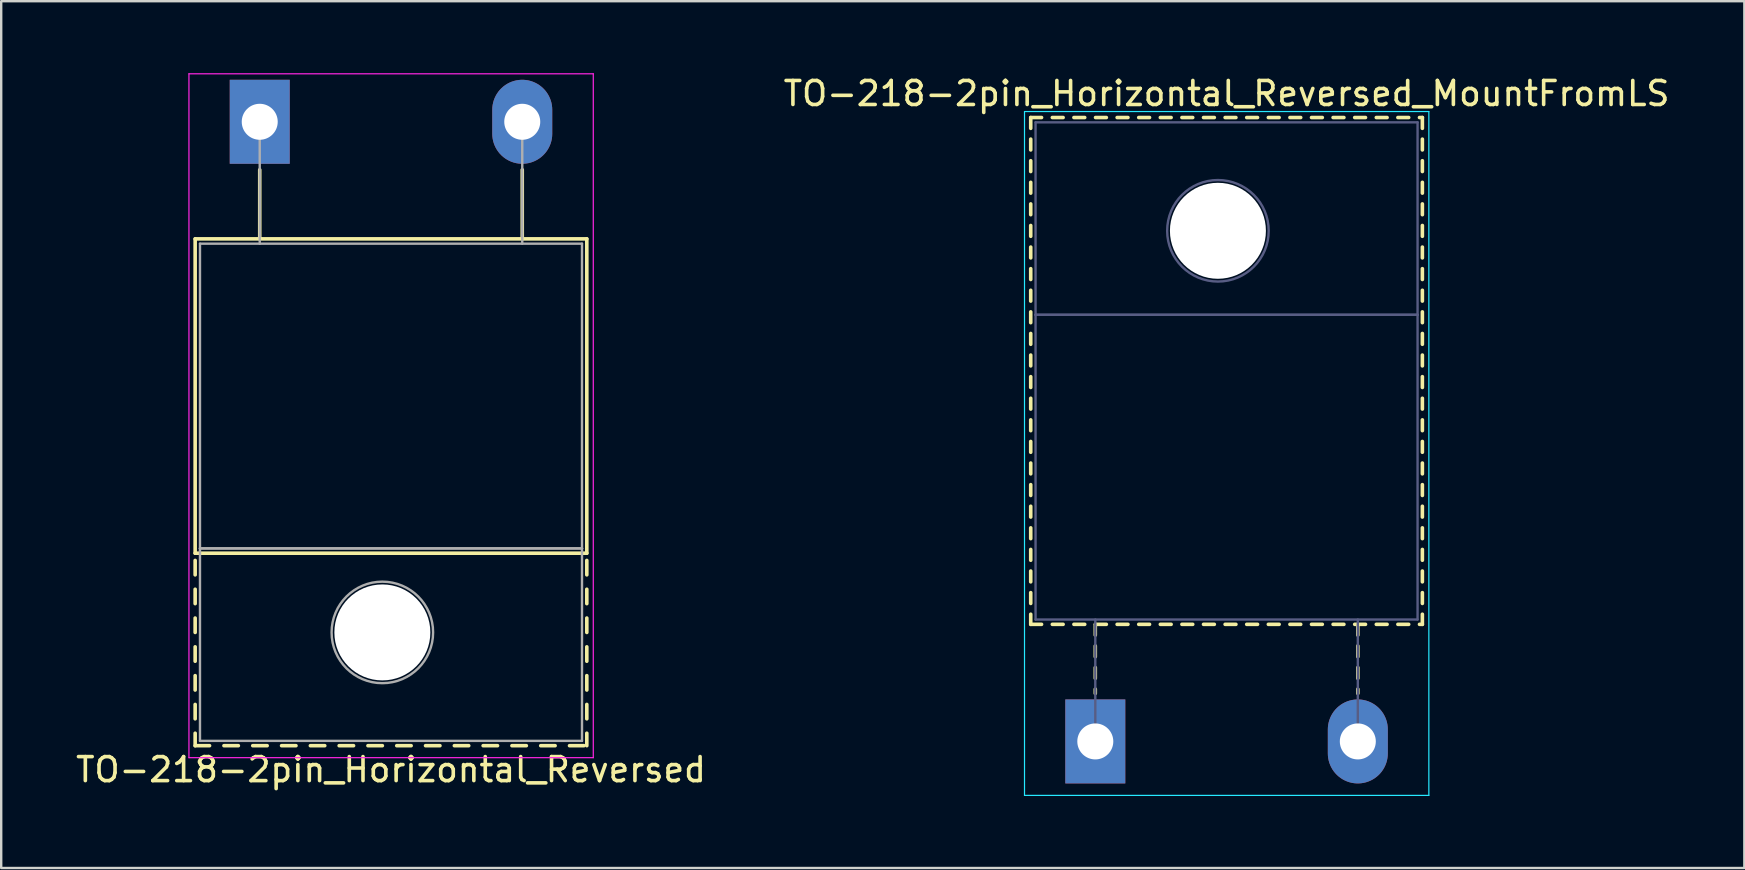
<source format=kicad_pcb>
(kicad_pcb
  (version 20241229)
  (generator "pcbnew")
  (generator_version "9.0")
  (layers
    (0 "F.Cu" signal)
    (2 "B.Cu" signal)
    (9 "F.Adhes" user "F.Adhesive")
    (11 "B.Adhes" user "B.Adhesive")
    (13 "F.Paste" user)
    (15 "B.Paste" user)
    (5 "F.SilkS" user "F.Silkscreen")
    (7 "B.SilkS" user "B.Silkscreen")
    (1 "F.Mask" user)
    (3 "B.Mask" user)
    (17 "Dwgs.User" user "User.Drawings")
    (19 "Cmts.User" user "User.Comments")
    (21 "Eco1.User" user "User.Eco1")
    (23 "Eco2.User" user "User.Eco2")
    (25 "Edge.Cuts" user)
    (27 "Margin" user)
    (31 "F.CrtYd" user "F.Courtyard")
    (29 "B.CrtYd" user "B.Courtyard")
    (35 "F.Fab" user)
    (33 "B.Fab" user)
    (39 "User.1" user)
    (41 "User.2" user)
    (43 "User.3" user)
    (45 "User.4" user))
  (footprint "TO-218-2pin_Horizontal_Reversed"
    (layer "F.Cu")
    (at 7.774 2.025)
    (property "Reference" "TO-218-2pin_Horizontal_Reversed" (at 5.47 27 0) (layer "F.SilkS") (effects (font (size 1 1) (thickness 0.15))))
    (attr through_hole)
    (fp_line (start -2.691 4.88) (end -2.691 17.98) (stroke (width 0.15) (type solid)) (layer "F.SilkS"))
    (fp_line (start -2.691 4.88) (end 13.63 4.88) (stroke (width 0.15) (type solid)) (layer "F.SilkS"))
    (fp_line (start -2.691 17.98) (end 13.63 17.98) (stroke (width 0.15) (type solid)) (layer "F.SilkS"))
    (fp_line (start -2.691 18.28) (end -2.691 18.881) (stroke (width 0.15) (type solid)) (layer "F.SilkS"))
    (fp_line (start -2.691 19.481) (end -2.691 20.081) (stroke (width 0.15) (type solid)) (layer "F.SilkS"))
    (fp_line (start -2.691 20.681) (end -2.691 21.281) (stroke (width 0.15) (type solid)) (layer "F.SilkS"))
    (fp_line (start -2.691 21.881) (end -2.691 22.481) (stroke (width 0.15) (type solid)) (layer "F.SilkS"))
    (fp_line (start -2.691 23.081) (end -2.691 23.681) (stroke (width 0.15) (type solid)) (layer "F.SilkS"))
    (fp_line (start -2.691 24.281) (end -2.691 24.881) (stroke (width 0.15) (type solid)) (layer "F.SilkS"))
    (fp_line (start -2.691 25.481) (end -2.691 26) (stroke (width 0.15) (type solid)) (layer "F.SilkS"))
    (fp_line (start -2.691 26) (end -2.091 26) (stroke (width 0.15) (type solid)) (layer "F.SilkS"))
    (fp_line (start -1.491 26) (end -0.891 26) (stroke (width 0.15) (type solid)) (layer "F.SilkS"))
    (fp_line (start -0.291 26) (end 0.31 26) (stroke (width 0.15) (type solid)) (layer "F.SilkS"))
    (fp_line (start 0 2) (end 0 4.88) (stroke (width 0.15) (type solid)) (layer "F.SilkS"))
    (fp_line (start 0.91 26) (end 1.51 26) (stroke (width 0.15) (type solid)) (layer "F.SilkS"))
    (fp_line (start 2.11 26) (end 2.71 26) (stroke (width 0.15) (type solid)) (layer "F.SilkS"))
    (fp_line (start 3.31 26) (end 3.91 26) (stroke (width 0.15) (type solid)) (layer "F.SilkS"))
    (fp_line (start 4.51 26) (end 5.11 26) (stroke (width 0.15) (type solid)) (layer "F.SilkS"))
    (fp_line (start 5.71 26) (end 6.31 26) (stroke (width 0.15) (type solid)) (layer "F.SilkS"))
    (fp_line (start 6.91 26) (end 7.51 26) (stroke (width 0.15) (type solid)) (layer "F.SilkS"))
    (fp_line (start 8.11 26) (end 8.71 26) (stroke (width 0.15) (type solid)) (layer "F.SilkS"))
    (fp_line (start 9.31 26) (end 9.91 26) (stroke (width 0.15) (type solid)) (layer "F.SilkS"))
    (fp_line (start 10.51 26) (end 11.11 26) (stroke (width 0.15) (type solid)) (layer "F.SilkS"))
    (fp_line (start 10.94 2) (end 10.94 4.88) (stroke (width 0.15) (type solid)) (layer "F.SilkS"))
    (fp_line (start 11.71 26) (end 12.31 26) (stroke (width 0.15) (type solid)) (layer "F.SilkS"))
    (fp_line (start 12.91 26) (end 13.51 26) (stroke (width 0.15) (type solid)) (layer "F.SilkS"))
    (fp_line (start 13.63 4.88) (end 13.63 17.98) (stroke (width 0.15) (type solid)) (layer "F.SilkS"))
    (fp_line (start 13.63 18.28) (end 13.63 18.881) (stroke (width 0.15) (type solid)) (layer "F.SilkS"))
    (fp_line (start 13.63 19.481) (end 13.63 20.081) (stroke (width 0.15) (type solid)) (layer "F.SilkS"))
    (fp_line (start 13.63 20.681) (end 13.63 21.281) (stroke (width 0.15) (type solid)) (layer "F.SilkS"))
    (fp_line (start 13.63 21.881) (end 13.63 22.481) (stroke (width 0.15) (type solid)) (layer "F.SilkS"))
    (fp_line (start 13.63 23.081) (end 13.63 23.681) (stroke (width 0.15) (type solid)) (layer "F.SilkS"))
    (fp_line (start 13.63 24.281) (end 13.63 24.881) (stroke (width 0.15) (type solid)) (layer "F.SilkS"))
    (fp_line (start 13.63 25.481) (end 13.63 26) (stroke (width 0.15) (type solid)) (layer "F.SilkS"))
    (fp_line (start -2.95 -2) (end -2.95 26.5) (stroke (width 0.05) (type solid)) (layer "F.CrtYd"))
    (fp_line (start -2.95 26.5) (end 13.9 26.5) (stroke (width 0.05) (type solid)) (layer "F.CrtYd"))
    (fp_line (start 13.9 -2) (end -2.95 -2) (stroke (width 0.05) (type solid)) (layer "F.CrtYd"))
    (fp_line (start 13.9 26.5) (end 13.9 -2) (stroke (width 0.05) (type solid)) (layer "F.CrtYd"))
    (fp_line (start -2.49 5.08) (end -2.49 17.78) (stroke (width 0.1) (type solid)) (layer "F.Fab"))
    (fp_line (start -2.49 17.78) (end -2.49 25.8) (stroke (width 0.1) (type solid)) (layer "F.Fab"))
    (fp_line (start -2.49 17.78) (end 13.43 17.78) (stroke (width 0.1) (type solid)) (layer "F.Fab"))
    (fp_line (start -2.49 25.8) (end 13.43 25.8) (stroke (width 0.1) (type solid)) (layer "F.Fab"))
    (fp_line (start 0 5.08) (end 0 0) (stroke (width 0.1) (type solid)) (layer "F.Fab"))
    (fp_line (start 10.94 5.08) (end 10.94 0) (stroke (width 0.1) (type solid)) (layer "F.Fab"))
    (fp_line (start 13.43 5.08) (end -2.49 5.08) (stroke (width 0.1) (type solid)) (layer "F.Fab"))
    (fp_line (start 13.43 17.78) (end -2.49 17.78) (stroke (width 0.1) (type solid)) (layer "F.Fab"))
    (fp_line (start 13.43 17.78) (end 13.43 5.08) (stroke (width 0.1) (type solid)) (layer "F.Fab"))
    (fp_line (start 13.43 25.8) (end 13.43 17.78) (stroke (width 0.1) (type solid)) (layer "F.Fab"))
    (fp_circle (center 5.11 21.28) (end 7.225 21.28) (stroke (width 0.1) (type solid)) (fill no) (layer "F.Fab"))
    (pad "" np_thru_hole oval (at 5.11 21.28) (size 4 4) (drill 4) (layers "*.Cu" "*.Mask"))
    (pad "1" thru_hole rect (at 0 0) (size 2.5 3.5) (drill 1.5) (layers "*.Cu" "*.Mask"))
    (pad "2" thru_hole oval (at 10.94 0) (size 2.5 3.5) (drill 1.5) (layers "*.Cu" "*.Mask")))
  (footprint "TO-218-2pin_Horizontal_Reversed_MountFromLS"
    (layer "F.Cu")
    (at 42.595 27.848)
    (property "Reference" "TO-218-2pin_Horizontal_Reversed_MountFromLS" (at 5.47 -27 0) (layer "F.SilkS") (effects (font (size 1 1) (thickness 0.15))))
    (attr through_hole)
    (fp_line (start -2.691 -26) (end -2.691 -25.55) (stroke (width 0.15) (type solid)) (layer "F.SilkS"))
    (fp_line (start -2.691 -26) (end -2.24 -26) (stroke (width 0.15) (type solid)) (layer "F.SilkS"))
    (fp_line (start -2.691 -25.1) (end -2.691 -24.65) (stroke (width 0.15) (type solid)) (layer "F.SilkS"))
    (fp_line (start -2.691 -24.2) (end -2.691 -23.75) (stroke (width 0.15) (type solid)) (layer "F.SilkS"))
    (fp_line (start -2.691 -23.3) (end -2.691 -22.85) (stroke (width 0.15) (type solid)) (layer "F.SilkS"))
    (fp_line (start -2.691 -22.4) (end -2.691 -21.951) (stroke (width 0.15) (type solid)) (layer "F.SilkS"))
    (fp_line (start -2.691 -21.501) (end -2.691 -21.051) (stroke (width 0.15) (type solid)) (layer "F.SilkS"))
    (fp_line (start -2.691 -20.601) (end -2.691 -20.151) (stroke (width 0.15) (type solid)) (layer "F.SilkS"))
    (fp_line (start -2.691 -19.701) (end -2.691 -19.251) (stroke (width 0.15) (type solid)) (layer "F.SilkS"))
    (fp_line (start -2.691 -18.801) (end -2.691 -18.351) (stroke (width 0.15) (type solid)) (layer "F.SilkS"))
    (fp_line (start -2.691 -17.901) (end -2.691 -17.451) (stroke (width 0.15) (type solid)) (layer "F.SilkS"))
    (fp_line (start -2.691 -17.001) (end -2.691 -16.551) (stroke (width 0.15) (type solid)) (layer "F.SilkS"))
    (fp_line (start -2.691 -16.101) (end -2.691 -15.651) (stroke (width 0.15) (type solid)) (layer "F.SilkS"))
    (fp_line (start -2.691 -15.201) (end -2.691 -14.751) (stroke (width 0.15) (type solid)) (layer "F.SilkS"))
    (fp_line (start -2.691 -14.301) (end -2.691 -13.851) (stroke (width 0.15) (type solid)) (layer "F.SilkS"))
    (fp_line (start -2.691 -13.401) (end -2.691 -12.951) (stroke (width 0.15) (type solid)) (layer "F.SilkS"))
    (fp_line (start -2.691 -12.501) (end -2.691 -12.051) (stroke (width 0.15) (type solid)) (layer "F.SilkS"))
    (fp_line (start -2.691 -11.601) (end -2.691 -11.151) (stroke (width 0.15) (type solid)) (layer "F.SilkS"))
    (fp_line (start -2.691 -10.701) (end -2.691 -10.251) (stroke (width 0.15) (type solid)) (layer "F.SilkS"))
    (fp_line (start -2.691 -9.801) (end -2.691 -9.351) (stroke (width 0.15) (type solid)) (layer "F.SilkS"))
    (fp_line (start -2.691 -8.901) (end -2.691 -8.451) (stroke (width 0.15) (type solid)) (layer "F.SilkS"))
    (fp_line (start -2.691 -8.001) (end -2.691 -7.551) (stroke (width 0.15) (type solid)) (layer "F.SilkS"))
    (fp_line (start -2.691 -7.101) (end -2.691 -6.651) (stroke (width 0.15) (type solid)) (layer "F.SilkS"))
    (fp_line (start -2.691 -6.201) (end -2.691 -5.751) (stroke (width 0.15) (type solid)) (layer "F.SilkS"))
    (fp_line (start -2.691 -5.301) (end -2.691 -4.88) (stroke (width 0.15) (type solid)) (layer "F.SilkS"))
    (fp_line (start -2.691 -4.88) (end -2.24 -4.88) (stroke (width 0.15) (type solid)) (layer "F.SilkS"))
    (fp_line (start -1.791 -26) (end -1.341 -26) (stroke (width 0.15) (type solid)) (layer "F.SilkS"))
    (fp_line (start -1.791 -4.88) (end -1.341 -4.88) (stroke (width 0.15) (type solid)) (layer "F.SilkS"))
    (fp_line (start -0.891 -26) (end -0.441 -26) (stroke (width 0.15) (type solid)) (layer "F.SilkS"))
    (fp_line (start -0.891 -4.88) (end -0.441 -4.88) (stroke (width 0.15) (type solid)) (layer "F.SilkS"))
    (fp_line (start 0 -4.88) (end 0 -4.43) (stroke (width 0.15) (type solid)) (layer "F.SilkS"))
    (fp_line (start 0 -3.98) (end 0 -3.53) (stroke (width 0.15) (type solid)) (layer "F.SilkS"))
    (fp_line (start 0 -3.08) (end 0 -2.63) (stroke (width 0.15) (type solid)) (layer "F.SilkS"))
    (fp_line (start 0 -2.18) (end 0 -2) (stroke (width 0.15) (type solid)) (layer "F.SilkS"))
    (fp_line (start 0.01 -26) (end 0.46 -26) (stroke (width 0.15) (type solid)) (layer "F.SilkS"))
    (fp_line (start 0.01 -4.88) (end 0.46 -4.88) (stroke (width 0.15) (type solid)) (layer "F.SilkS"))
    (fp_line (start 0.91 -26) (end 1.36 -26) (stroke (width 0.15) (type solid)) (layer "F.SilkS"))
    (fp_line (start 0.91 -4.88) (end 1.36 -4.88) (stroke (width 0.15) (type solid)) (layer "F.SilkS"))
    (fp_line (start 1.81 -26) (end 2.26 -26) (stroke (width 0.15) (type solid)) (layer "F.SilkS"))
    (fp_line (start 1.81 -4.88) (end 2.26 -4.88) (stroke (width 0.15) (type solid)) (layer "F.SilkS"))
    (fp_line (start 2.71 -26) (end 3.16 -26) (stroke (width 0.15) (type solid)) (layer "F.SilkS"))
    (fp_line (start 2.71 -4.88) (end 3.16 -4.88) (stroke (width 0.15) (type solid)) (layer "F.SilkS"))
    (fp_line (start 3.61 -26) (end 4.06 -26) (stroke (width 0.15) (type solid)) (layer "F.SilkS"))
    (fp_line (start 3.61 -4.88) (end 4.06 -4.88) (stroke (width 0.15) (type solid)) (layer "F.SilkS"))
    (fp_line (start 4.51 -26) (end 4.96 -26) (stroke (width 0.15) (type solid)) (layer "F.SilkS"))
    (fp_line (start 4.51 -4.88) (end 4.96 -4.88) (stroke (width 0.15) (type solid)) (layer "F.SilkS"))
    (fp_line (start 5.41 -26) (end 5.86 -26) (stroke (width 0.15) (type solid)) (layer "F.SilkS"))
    (fp_line (start 5.41 -4.88) (end 5.86 -4.88) (stroke (width 0.15) (type solid)) (layer "F.SilkS"))
    (fp_line (start 6.31 -26) (end 6.761 -26) (stroke (width 0.15) (type solid)) (layer "F.SilkS"))
    (fp_line (start 6.31 -4.88) (end 6.761 -4.88) (stroke (width 0.15) (type solid)) (layer "F.SilkS"))
    (fp_line (start 7.211 -26) (end 7.661 -26) (stroke (width 0.15) (type solid)) (layer "F.SilkS"))
    (fp_line (start 7.211 -4.88) (end 7.661 -4.88) (stroke (width 0.15) (type solid)) (layer "F.SilkS"))
    (fp_line (start 8.111 -26) (end 8.56 -26) (stroke (width 0.15) (type solid)) (layer "F.SilkS"))
    (fp_line (start 8.111 -4.88) (end 8.56 -4.88) (stroke (width 0.15) (type solid)) (layer "F.SilkS"))
    (fp_line (start 9.01 -26) (end 9.46 -26) (stroke (width 0.15) (type solid)) (layer "F.SilkS"))
    (fp_line (start 9.01 -4.88) (end 9.46 -4.88) (stroke (width 0.15) (type solid)) (layer "F.SilkS"))
    (fp_line (start 9.91 -26) (end 10.36 -26) (stroke (width 0.15) (type solid)) (layer "F.SilkS"))
    (fp_line (start 9.91 -4.88) (end 10.36 -4.88) (stroke (width 0.15) (type solid)) (layer "F.SilkS"))
    (fp_line (start 10.81 -26) (end 11.26 -26) (stroke (width 0.15) (type solid)) (layer "F.SilkS"))
    (fp_line (start 10.81 -4.88) (end 11.26 -4.88) (stroke (width 0.15) (type solid)) (layer "F.SilkS"))
    (fp_line (start 10.94 -4.88) (end 10.94 -4.43) (stroke (width 0.15) (type solid)) (layer "F.SilkS"))
    (fp_line (start 10.94 -3.98) (end 10.94 -3.53) (stroke (width 0.15) (type solid)) (layer "F.SilkS"))
    (fp_line (start 10.94 -3.08) (end 10.94 -2.63) (stroke (width 0.15) (type solid)) (layer "F.SilkS"))
    (fp_line (start 10.94 -2.18) (end 10.94 -2) (stroke (width 0.15) (type solid)) (layer "F.SilkS"))
    (fp_line (start 11.71 -26) (end 12.16 -26) (stroke (width 0.15) (type solid)) (layer "F.SilkS"))
    (fp_line (start 11.71 -4.88) (end 12.16 -4.88) (stroke (width 0.15) (type solid)) (layer "F.SilkS"))
    (fp_line (start 12.61 -26) (end 13.06 -26) (stroke (width 0.15) (type solid)) (layer "F.SilkS"))
    (fp_line (start 12.61 -4.88) (end 13.06 -4.88) (stroke (width 0.15) (type solid)) (layer "F.SilkS"))
    (fp_line (start 13.51 -26) (end 13.63 -26) (stroke (width 0.15) (type solid)) (layer "F.SilkS"))
    (fp_line (start 13.51 -4.88) (end 13.63 -4.88) (stroke (width 0.15) (type solid)) (layer "F.SilkS"))
    (fp_line (start 13.63 -26) (end 13.63 -25.55) (stroke (width 0.15) (type solid)) (layer "F.SilkS"))
    (fp_line (start 13.63 -25.1) (end 13.63 -24.65) (stroke (width 0.15) (type solid)) (layer "F.SilkS"))
    (fp_line (start 13.63 -24.2) (end 13.63 -23.75) (stroke (width 0.15) (type solid)) (layer "F.SilkS"))
    (fp_line (start 13.63 -23.3) (end 13.63 -22.85) (stroke (width 0.15) (type solid)) (layer "F.SilkS"))
    (fp_line (start 13.63 -22.4) (end 13.63 -21.951) (stroke (width 0.15) (type solid)) (layer "F.SilkS"))
    (fp_line (start 13.63 -21.501) (end 13.63 -21.051) (stroke (width 0.15) (type solid)) (layer "F.SilkS"))
    (fp_line (start 13.63 -20.601) (end 13.63 -20.151) (stroke (width 0.15) (type solid)) (layer "F.SilkS"))
    (fp_line (start 13.63 -19.701) (end 13.63 -19.251) (stroke (width 0.15) (type solid)) (layer "F.SilkS"))
    (fp_line (start 13.63 -18.801) (end 13.63 -18.351) (stroke (width 0.15) (type solid)) (layer "F.SilkS"))
    (fp_line (start 13.63 -17.901) (end 13.63 -17.451) (stroke (width 0.15) (type solid)) (layer "F.SilkS"))
    (fp_line (start 13.63 -17.001) (end 13.63 -16.551) (stroke (width 0.15) (type solid)) (layer "F.SilkS"))
    (fp_line (start 13.63 -16.101) (end 13.63 -15.651) (stroke (width 0.15) (type solid)) (layer "F.SilkS"))
    (fp_line (start 13.63 -15.201) (end 13.63 -14.751) (stroke (width 0.15) (type solid)) (layer "F.SilkS"))
    (fp_line (start 13.63 -14.301) (end 13.63 -13.851) (stroke (width 0.15) (type solid)) (layer "F.SilkS"))
    (fp_line (start 13.63 -13.401) (end 13.63 -12.951) (stroke (width 0.15) (type solid)) (layer "F.SilkS"))
    (fp_line (start 13.63 -12.501) (end 13.63 -12.051) (stroke (width 0.15) (type solid)) (layer "F.SilkS"))
    (fp_line (start 13.63 -11.601) (end 13.63 -11.151) (stroke (width 0.15) (type solid)) (layer "F.SilkS"))
    (fp_line (start 13.63 -10.701) (end 13.63 -10.251) (stroke (width 0.15) (type solid)) (layer "F.SilkS"))
    (fp_line (start 13.63 -9.801) (end 13.63 -9.351) (stroke (width 0.15) (type solid)) (layer "F.SilkS"))
    (fp_line (start 13.63 -8.901) (end 13.63 -8.451) (stroke (width 0.15) (type solid)) (layer "F.SilkS"))
    (fp_line (start 13.63 -8.001) (end 13.63 -7.551) (stroke (width 0.15) (type solid)) (layer "F.SilkS"))
    (fp_line (start 13.63 -7.101) (end 13.63 -6.651) (stroke (width 0.15) (type solid)) (layer "F.SilkS"))
    (fp_line (start 13.63 -6.201) (end 13.63 -5.751) (stroke (width 0.15) (type solid)) (layer "F.SilkS"))
    (fp_line (start 13.63 -5.301) (end 13.63 -4.88) (stroke (width 0.15) (type solid)) (layer "F.SilkS"))
    (fp_line (start -2.95 -26.25) (end -2.95 2.25) (stroke (width 0.05) (type solid)) (layer "B.CrtYd"))
    (fp_line (start -2.95 2.25) (end 13.9 2.25) (stroke (width 0.05) (type solid)) (layer "B.CrtYd"))
    (fp_line (start 13.9 -26.25) (end -2.95 -26.25) (stroke (width 0.05) (type solid)) (layer "B.CrtYd"))
    (fp_line (start 13.9 2.25) (end 13.9 -26.25) (stroke (width 0.05) (type solid)) (layer "B.CrtYd"))
    (fp_line (start -2.49 -25.8) (end 13.43 -25.8) (stroke (width 0.1) (type solid)) (layer "B.Fab"))
    (fp_line (start -2.49 -17.78) (end -2.49 -25.8) (stroke (width 0.1) (type solid)) (layer "B.Fab"))
    (fp_line (start -2.49 -17.78) (end 13.43 -17.78) (stroke (width 0.1) (type solid)) (layer "B.Fab"))
    (fp_line (start -2.49 -5.08) (end -2.49 -17.78) (stroke (width 0.1) (type solid)) (layer "B.Fab"))
    (fp_line (start 0 -5.08) (end 0 0) (stroke (width 0.1) (type solid)) (layer "B.Fab"))
    (fp_line (start 10.94 -5.08) (end 10.94 0) (stroke (width 0.1) (type solid)) (layer "B.Fab"))
    (fp_line (start 13.43 -25.8) (end 13.43 -17.78) (stroke (width 0.1) (type solid)) (layer "B.Fab"))
    (fp_line (start 13.43 -17.78) (end -2.49 -17.78) (stroke (width 0.1) (type solid)) (layer "B.Fab"))
    (fp_line (start 13.43 -17.78) (end 13.43 -5.08) (stroke (width 0.1) (type solid)) (layer "B.Fab"))
    (fp_line (start 13.43 -5.08) (end -2.49 -5.08) (stroke (width 0.1) (type solid)) (layer "B.Fab"))
    (fp_circle (center 5.11 -21.28) (end 7.225 -21.28) (stroke (width 0.1) (type solid)) (fill no) (layer "B.Fab"))
    (pad "" np_thru_hole oval (at 5.11 -21.28) (size 4 4) (drill 4) (layers "*.Cu" "*.Mask"))
    (pad "1" thru_hole rect (at 0 0) (size 2.5 3.5) (drill 1.5) (layers "*.Cu" "*.Mask"))
    (pad "2" thru_hole oval (at 10.94 0) (size 2.5 3.5) (drill 1.5) (layers "*.Cu" "*.Mask")))
  (gr_rect
    (start -3 -3)
    (end 69.643 33.123)
    (stroke (width 0.1) (type default))
    (fill no)
    (layer "Edge.Cuts")))
</source>
